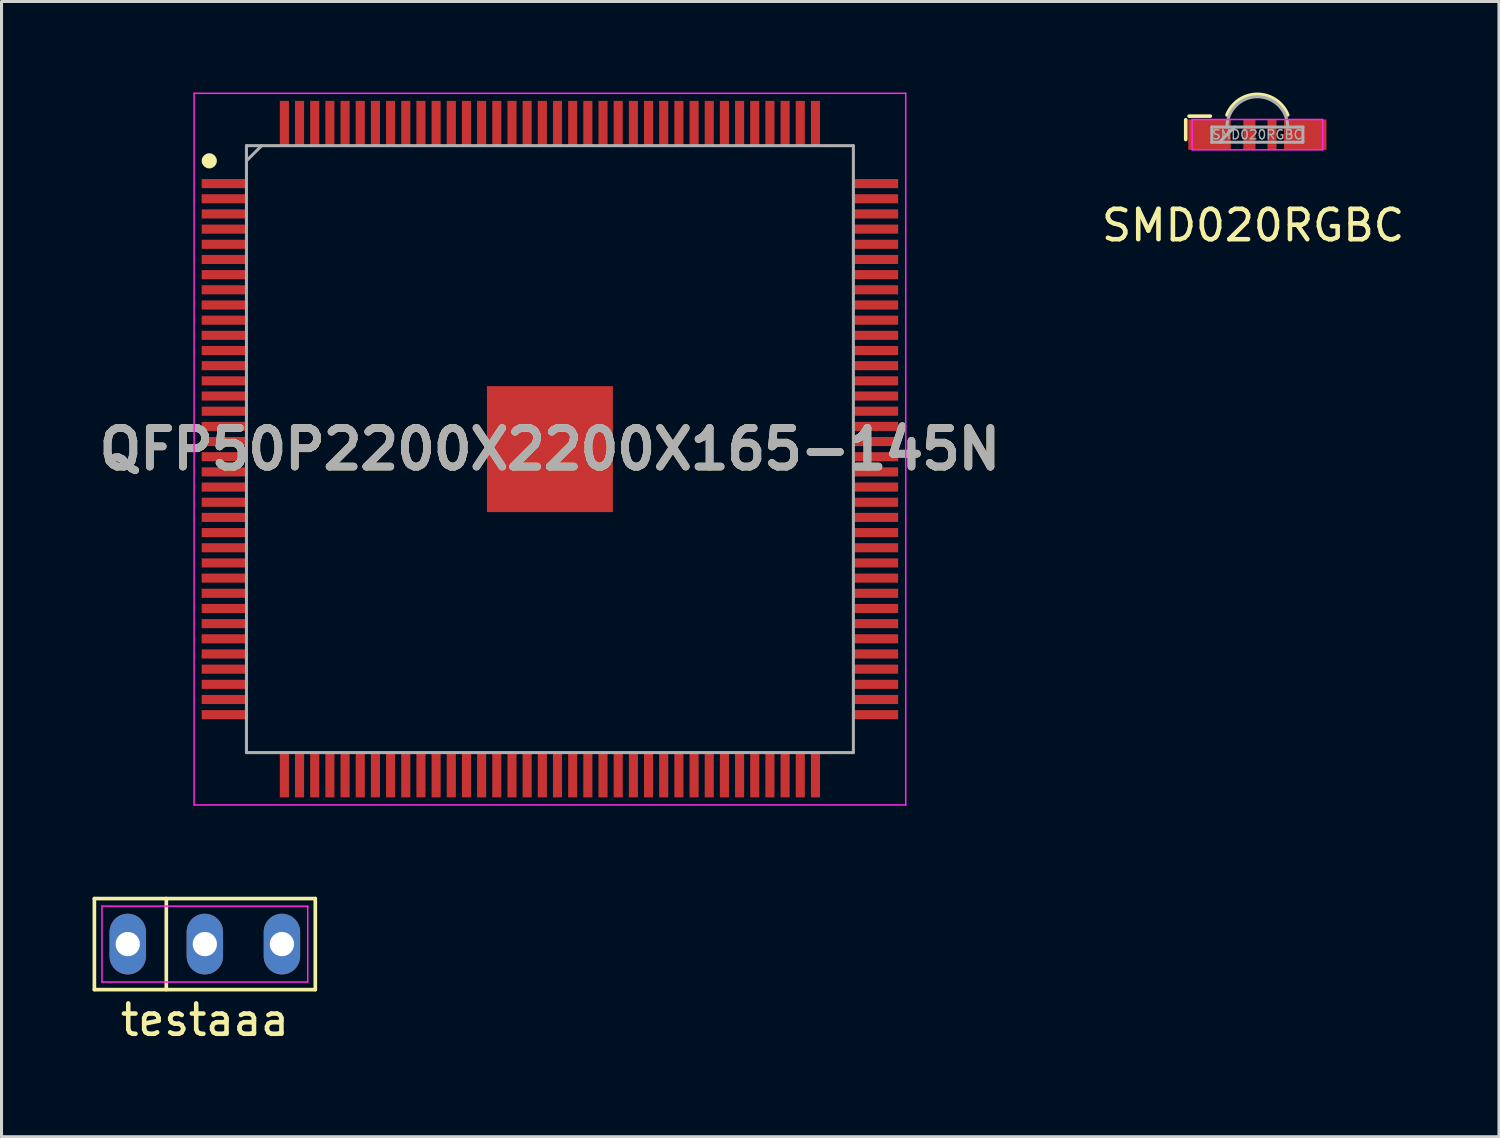
<source format=kicad_pcb>
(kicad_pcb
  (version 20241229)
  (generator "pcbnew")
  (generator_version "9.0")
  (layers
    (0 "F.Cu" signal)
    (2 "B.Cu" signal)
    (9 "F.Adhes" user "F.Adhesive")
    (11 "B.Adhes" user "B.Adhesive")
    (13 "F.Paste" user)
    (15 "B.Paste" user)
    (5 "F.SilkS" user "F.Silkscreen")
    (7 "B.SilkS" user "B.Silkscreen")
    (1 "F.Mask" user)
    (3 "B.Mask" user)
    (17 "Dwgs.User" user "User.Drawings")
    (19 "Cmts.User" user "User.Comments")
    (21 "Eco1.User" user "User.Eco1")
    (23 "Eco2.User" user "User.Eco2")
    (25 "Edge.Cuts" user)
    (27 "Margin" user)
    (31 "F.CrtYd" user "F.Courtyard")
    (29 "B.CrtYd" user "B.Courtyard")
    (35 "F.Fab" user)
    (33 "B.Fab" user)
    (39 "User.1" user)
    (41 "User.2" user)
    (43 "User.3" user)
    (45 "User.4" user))
  (footprint "SMD020RGBC"
    (layer "F.Cu")
    (at 38.383 1.387)
    (property "Reference" "SMD020RGBC" (at -0.14 2.99 0) (layer "F.SilkS") (effects (font (size 1 1) (thickness 0.15))))
    (attr smd)
    (fp_line (start -2.36 -0.49) (end -2.36 0.16) (stroke (width 0.12) (type solid)) (layer "F.SilkS"))
    (fp_line (start -2.25 -0.61) (end -1.55 -0.61) (stroke (width 0.12) (type solid)) (layer "F.SilkS"))
    (fp_arc (start -1 -0.65) (mid 0 -1.327033) (end 1 -0.65) (stroke (width 0.12) (type solid)) (layer "F.SilkS"))
    (fp_line (start -2.15 -0.5) (end 2.15 -0.5) (stroke (width 0.05) (type solid)) (layer "F.CrtYd"))
    (fp_line (start -2.15 0.5) (end -2.15 -0.5) (stroke (width 0.05) (type solid)) (layer "F.CrtYd"))
    (fp_line (start -2.15 0.5) (end 2.15 0.5) (stroke (width 0.05) (type solid)) (layer "F.CrtYd"))
    (fp_line (start 2.15 0.5) (end 2.15 -0.5) (stroke (width 0.05) (type solid)) (layer "F.CrtYd"))
    (fp_line (start -1.5 -0.25) (end -1.5 0.25) (stroke (width 0.1) (type solid)) (layer "F.Fab"))
    (fp_line (start -1.5 0.25) (end 1.5 0.25) (stroke (width 0.1) (type solid)) (layer "F.Fab"))
    (fp_line (start -0.75 -0.25) (end -1.25 0.25) (stroke (width 0.1) (type solid)) (layer "F.Fab"))
    (fp_line (start 1.5 -0.25) (end -1.5 -0.25) (stroke (width 0.1) (type solid)) (layer "F.Fab"))
    (fp_line (start 1.5 0.25) (end 1.5 -0.25) (stroke (width 0.1) (type solid)) (layer "F.Fab"))
    (fp_arc (start -1 -0.25) (mid 0 -1.25) (end 1 -0.25) (stroke (width 0.1) (type solid)) (layer "F.Fab"))
    (fp_text user "${REFERENCE}" (at 0 0 0) (layer "F.Fab") (effects (font (size 0.3 0.3) (thickness 0.045))))
    (pad "1" smd rect (at -1.577 0) (size 1.4 1) (layers "F.Cu" "F.Mask" "F.Paste"))
    (pad "2" smd rect (at -0.263 0) (size 0.4 1) (layers "F.Cu" "F.Mask" "F.Paste"))
    (pad "3" smd rect (at 0.482 0) (size 0.3 1) (layers "F.Cu" "F.Mask" "F.Paste"))
    (pad "4" smd rect (at 1.577 0) (size 1.4 1) (layers "F.Cu" "F.Mask" "F.Paste")))
  (footprint "QFP50P2200X2200X165-145N"
    (layer "F.Cu")
    (at 15.071 11.75)
    (property "Reference" "QFP50P2200X2200X165-145N" (at 0 0 0) (layer "F.SilkS") (effects (font (size 1.27 1.27) (thickness 0.254))))
    (attr smd)
    (fp_circle (center -11.225 -9.5) (end -11.225 -9.375) (stroke (width 0.25) (type solid)) (fill no) (layer "F.SilkS"))
    (fp_line (start -11.725 -11.725) (end 11.725 -11.725) (stroke (width 0.05) (type solid)) (layer "F.CrtYd"))
    (fp_line (start -11.725 11.725) (end -11.725 -11.725) (stroke (width 0.05) (type solid)) (layer "F.CrtYd"))
    (fp_line (start 11.725 -11.725) (end 11.725 11.725) (stroke (width 0.05) (type solid)) (layer "F.CrtYd"))
    (fp_line (start 11.725 11.725) (end -11.725 11.725) (stroke (width 0.05) (type solid)) (layer "F.CrtYd"))
    (fp_line (start -10 -10) (end 10 -10) (stroke (width 0.1) (type solid)) (layer "F.Fab"))
    (fp_line (start -10 -9.5) (end -9.5 -10) (stroke (width 0.1) (type solid)) (layer "F.Fab"))
    (fp_line (start -10 10) (end -10 -10) (stroke (width 0.1) (type solid)) (layer "F.Fab"))
    (fp_line (start 10 -10) (end 10 10) (stroke (width 0.1) (type solid)) (layer "F.Fab"))
    (fp_line (start 10 10) (end -10 10) (stroke (width 0.1) (type solid)) (layer "F.Fab"))
    (fp_text user "${REFERENCE}" (at 0 0 0) (layer "F.Fab") (effects (font (size 1.27 1.27) (thickness 0.254))))
    (pad "1" smd rect (at -10.738 -8.75 90) (size 0.3 1.475) (layers "F.Cu" "F.Mask" "F.Paste"))
    (pad "2" smd rect (at -10.738 -8.25 90) (size 0.3 1.475) (layers "F.Cu" "F.Mask" "F.Paste"))
    (pad "3" smd rect (at -10.738 -7.75 90) (size 0.3 1.475) (layers "F.Cu" "F.Mask" "F.Paste"))
    (pad "4" smd rect (at -10.738 -7.25 90) (size 0.3 1.475) (layers "F.Cu" "F.Mask" "F.Paste"))
    (pad "5" smd rect (at -10.738 -6.75 90) (size 0.3 1.475) (layers "F.Cu" "F.Mask" "F.Paste"))
    (pad "6" smd rect (at -10.738 -6.25 90) (size 0.3 1.475) (layers "F.Cu" "F.Mask" "F.Paste"))
    (pad "7" smd rect (at -10.738 -5.75 90) (size 0.3 1.475) (layers "F.Cu" "F.Mask" "F.Paste"))
    (pad "8" smd rect (at -10.738 -5.25 90) (size 0.3 1.475) (layers "F.Cu" "F.Mask" "F.Paste"))
    (pad "9" smd rect (at -10.738 -4.75 90) (size 0.3 1.475) (layers "F.Cu" "F.Mask" "F.Paste"))
    (pad "10" smd rect (at -10.738 -4.25 90) (size 0.3 1.475) (layers "F.Cu" "F.Mask" "F.Paste"))
    (pad "11" smd rect (at -10.738 -3.75 90) (size 0.3 1.475) (layers "F.Cu" "F.Mask" "F.Paste"))
    (pad "12" smd rect (at -10.738 -3.25 90) (size 0.3 1.475) (layers "F.Cu" "F.Mask" "F.Paste"))
    (pad "13" smd rect (at -10.738 -2.75 90) (size 0.3 1.475) (layers "F.Cu" "F.Mask" "F.Paste"))
    (pad "14" smd rect (at -10.738 -2.25 90) (size 0.3 1.475) (layers "F.Cu" "F.Mask" "F.Paste"))
    (pad "15" smd rect (at -10.738 -1.75 90) (size 0.3 1.475) (layers "F.Cu" "F.Mask" "F.Paste"))
    (pad "16" smd rect (at -10.738 -1.25 90) (size 0.3 1.475) (layers "F.Cu" "F.Mask" "F.Paste"))
    (pad "17" smd rect (at -10.738 -0.75 90) (size 0.3 1.475) (layers "F.Cu" "F.Mask" "F.Paste"))
    (pad "18" smd rect (at -10.738 -0.25 90) (size 0.3 1.475) (layers "F.Cu" "F.Mask" "F.Paste"))
    (pad "19" smd rect (at -10.738 0.25 90) (size 0.3 1.475) (layers "F.Cu" "F.Mask" "F.Paste"))
    (pad "20" smd rect (at -10.738 0.75 90) (size 0.3 1.475) (layers "F.Cu" "F.Mask" "F.Paste"))
    (pad "21" smd rect (at -10.738 1.25 90) (size 0.3 1.475) (layers "F.Cu" "F.Mask" "F.Paste"))
    (pad "22" smd rect (at -10.738 1.75 90) (size 0.3 1.475) (layers "F.Cu" "F.Mask" "F.Paste"))
    (pad "23" smd rect (at -10.738 2.25 90) (size 0.3 1.475) (layers "F.Cu" "F.Mask" "F.Paste"))
    (pad "24" smd rect (at -10.738 2.75 90) (size 0.3 1.475) (layers "F.Cu" "F.Mask" "F.Paste"))
    (pad "25" smd rect (at -10.738 3.25 90) (size 0.3 1.475) (layers "F.Cu" "F.Mask" "F.Paste"))
    (pad "26" smd rect (at -10.738 3.75 90) (size 0.3 1.475) (layers "F.Cu" "F.Mask" "F.Paste"))
    (pad "27" smd rect (at -10.738 4.25 90) (size 0.3 1.475) (layers "F.Cu" "F.Mask" "F.Paste"))
    (pad "28" smd rect (at -10.738 4.75 90) (size 0.3 1.475) (layers "F.Cu" "F.Mask" "F.Paste"))
    (pad "29" smd rect (at -10.738 5.25 90) (size 0.3 1.475) (layers "F.Cu" "F.Mask" "F.Paste"))
    (pad "30" smd rect (at -10.738 5.75 90) (size 0.3 1.475) (layers "F.Cu" "F.Mask" "F.Paste"))
    (pad "31" smd rect (at -10.738 6.25 90) (size 0.3 1.475) (layers "F.Cu" "F.Mask" "F.Paste"))
    (pad "32" smd rect (at -10.738 6.75 90) (size 0.3 1.475) (layers "F.Cu" "F.Mask" "F.Paste"))
    (pad "33" smd rect (at -10.738 7.25 90) (size 0.3 1.475) (layers "F.Cu" "F.Mask" "F.Paste"))
    (pad "34" smd rect (at -10.738 7.75 90) (size 0.3 1.475) (layers "F.Cu" "F.Mask" "F.Paste"))
    (pad "35" smd rect (at -10.738 8.25 90) (size 0.3 1.475) (layers "F.Cu" "F.Mask" "F.Paste"))
    (pad "36" smd rect (at -10.738 8.75 90) (size 0.3 1.475) (layers "F.Cu" "F.Mask" "F.Paste"))
    (pad "37" smd rect (at -8.75 10.738) (size 0.3 1.475) (layers "F.Cu" "F.Mask" "F.Paste"))
    (pad "38" smd rect (at -8.25 10.738) (size 0.3 1.475) (layers "F.Cu" "F.Mask" "F.Paste"))
    (pad "39" smd rect (at -7.75 10.738) (size 0.3 1.475) (layers "F.Cu" "F.Mask" "F.Paste"))
    (pad "40" smd rect (at -7.25 10.738) (size 0.3 1.475) (layers "F.Cu" "F.Mask" "F.Paste"))
    (pad "41" smd rect (at -6.75 10.738) (size 0.3 1.475) (layers "F.Cu" "F.Mask" "F.Paste"))
    (pad "42" smd rect (at -6.25 10.738) (size 0.3 1.475) (layers "F.Cu" "F.Mask" "F.Paste"))
    (pad "43" smd rect (at -5.75 10.738) (size 0.3 1.475) (layers "F.Cu" "F.Mask" "F.Paste"))
    (pad "44" smd rect (at -5.25 10.738) (size 0.3 1.475) (layers "F.Cu" "F.Mask" "F.Paste"))
    (pad "45" smd rect (at -4.75 10.738) (size 0.3 1.475) (layers "F.Cu" "F.Mask" "F.Paste"))
    (pad "46" smd rect (at -4.25 10.738) (size 0.3 1.475) (layers "F.Cu" "F.Mask" "F.Paste"))
    (pad "47" smd rect (at -3.75 10.738) (size 0.3 1.475) (layers "F.Cu" "F.Mask" "F.Paste"))
    (pad "48" smd rect (at -3.25 10.738) (size 0.3 1.475) (layers "F.Cu" "F.Mask" "F.Paste"))
    (pad "49" smd rect (at -2.75 10.738) (size 0.3 1.475) (layers "F.Cu" "F.Mask" "F.Paste"))
    (pad "50" smd rect (at -2.25 10.738) (size 0.3 1.475) (layers "F.Cu" "F.Mask" "F.Paste"))
    (pad "51" smd rect (at -1.75 10.738) (size 0.3 1.475) (layers "F.Cu" "F.Mask" "F.Paste"))
    (pad "52" smd rect (at -1.25 10.738) (size 0.3 1.475) (layers "F.Cu" "F.Mask" "F.Paste"))
    (pad "53" smd rect (at -0.75 10.738) (size 0.3 1.475) (layers "F.Cu" "F.Mask" "F.Paste"))
    (pad "54" smd rect (at -0.25 10.738) (size 0.3 1.475) (layers "F.Cu" "F.Mask" "F.Paste"))
    (pad "55" smd rect (at 0.25 10.738) (size 0.3 1.475) (layers "F.Cu" "F.Mask" "F.Paste"))
    (pad "56" smd rect (at 0.75 10.738) (size 0.3 1.475) (layers "F.Cu" "F.Mask" "F.Paste"))
    (pad "57" smd rect (at 1.25 10.738) (size 0.3 1.475) (layers "F.Cu" "F.Mask" "F.Paste"))
    (pad "58" smd rect (at 1.75 10.738) (size 0.3 1.475) (layers "F.Cu" "F.Mask" "F.Paste"))
    (pad "59" smd rect (at 2.25 10.738) (size 0.3 1.475) (layers "F.Cu" "F.Mask" "F.Paste"))
    (pad "60" smd rect (at 2.75 10.738) (size 0.3 1.475) (layers "F.Cu" "F.Mask" "F.Paste"))
    (pad "61" smd rect (at 3.25 10.738) (size 0.3 1.475) (layers "F.Cu" "F.Mask" "F.Paste"))
    (pad "62" smd rect (at 3.75 10.738) (size 0.3 1.475) (layers "F.Cu" "F.Mask" "F.Paste"))
    (pad "63" smd rect (at 4.25 10.738) (size 0.3 1.475) (layers "F.Cu" "F.Mask" "F.Paste"))
    (pad "64" smd rect (at 4.75 10.738) (size 0.3 1.475) (layers "F.Cu" "F.Mask" "F.Paste"))
    (pad "65" smd rect (at 5.25 10.738) (size 0.3 1.475) (layers "F.Cu" "F.Mask" "F.Paste"))
    (pad "66" smd rect (at 5.75 10.738) (size 0.3 1.475) (layers "F.Cu" "F.Mask" "F.Paste"))
    (pad "67" smd rect (at 6.25 10.738) (size 0.3 1.475) (layers "F.Cu" "F.Mask" "F.Paste"))
    (pad "68" smd rect (at 6.75 10.738) (size 0.3 1.475) (layers "F.Cu" "F.Mask" "F.Paste"))
    (pad "69" smd rect (at 7.25 10.738) (size 0.3 1.475) (layers "F.Cu" "F.Mask" "F.Paste"))
    (pad "70" smd rect (at 7.75 10.738) (size 0.3 1.475) (layers "F.Cu" "F.Mask" "F.Paste"))
    (pad "71" smd rect (at 8.25 10.738) (size 0.3 1.475) (layers "F.Cu" "F.Mask" "F.Paste"))
    (pad "72" smd rect (at 8.75 10.738) (size 0.3 1.475) (layers "F.Cu" "F.Mask" "F.Paste"))
    (pad "73" smd rect (at 10.738 8.75 90) (size 0.3 1.475) (layers "F.Cu" "F.Mask" "F.Paste"))
    (pad "74" smd rect (at 10.738 8.25 90) (size 0.3 1.475) (layers "F.Cu" "F.Mask" "F.Paste"))
    (pad "75" smd rect (at 10.738 7.75 90) (size 0.3 1.475) (layers "F.Cu" "F.Mask" "F.Paste"))
    (pad "76" smd rect (at 10.738 7.25 90) (size 0.3 1.475) (layers "F.Cu" "F.Mask" "F.Paste"))
    (pad "77" smd rect (at 10.738 6.75 90) (size 0.3 1.475) (layers "F.Cu" "F.Mask" "F.Paste"))
    (pad "78" smd rect (at 10.738 6.25 90) (size 0.3 1.475) (layers "F.Cu" "F.Mask" "F.Paste"))
    (pad "79" smd rect (at 10.738 5.75 90) (size 0.3 1.475) (layers "F.Cu" "F.Mask" "F.Paste"))
    (pad "80" smd rect (at 10.738 5.25 90) (size 0.3 1.475) (layers "F.Cu" "F.Mask" "F.Paste"))
    (pad "81" smd rect (at 10.738 4.75 90) (size 0.3 1.475) (layers "F.Cu" "F.Mask" "F.Paste"))
    (pad "82" smd rect (at 10.738 4.25 90) (size 0.3 1.475) (layers "F.Cu" "F.Mask" "F.Paste"))
    (pad "83" smd rect (at 10.738 3.75 90) (size 0.3 1.475) (layers "F.Cu" "F.Mask" "F.Paste"))
    (pad "84" smd rect (at 10.738 3.25 90) (size 0.3 1.475) (layers "F.Cu" "F.Mask" "F.Paste"))
    (pad "85" smd rect (at 10.738 2.75 90) (size 0.3 1.475) (layers "F.Cu" "F.Mask" "F.Paste"))
    (pad "86" smd rect (at 10.738 2.25 90) (size 0.3 1.475) (layers "F.Cu" "F.Mask" "F.Paste"))
    (pad "87" smd rect (at 10.738 1.75 90) (size 0.3 1.475) (layers "F.Cu" "F.Mask" "F.Paste"))
    (pad "88" smd rect (at 10.738 1.25 90) (size 0.3 1.475) (layers "F.Cu" "F.Mask" "F.Paste"))
    (pad "89" smd rect (at 10.738 0.75 90) (size 0.3 1.475) (layers "F.Cu" "F.Mask" "F.Paste"))
    (pad "90" smd rect (at 10.738 0.25 90) (size 0.3 1.475) (layers "F.Cu" "F.Mask" "F.Paste"))
    (pad "91" smd rect (at 10.738 -0.25 90) (size 0.3 1.475) (layers "F.Cu" "F.Mask" "F.Paste"))
    (pad "92" smd rect (at 10.738 -0.75 90) (size 0.3 1.475) (layers "F.Cu" "F.Mask" "F.Paste"))
    (pad "93" smd rect (at 10.738 -1.25 90) (size 0.3 1.475) (layers "F.Cu" "F.Mask" "F.Paste"))
    (pad "94" smd rect (at 10.738 -1.75 90) (size 0.3 1.475) (layers "F.Cu" "F.Mask" "F.Paste"))
    (pad "95" smd rect (at 10.738 -2.25 90) (size 0.3 1.475) (layers "F.Cu" "F.Mask" "F.Paste"))
    (pad "96" smd rect (at 10.738 -2.75 90) (size 0.3 1.475) (layers "F.Cu" "F.Mask" "F.Paste"))
    (pad "97" smd rect (at 10.738 -3.25 90) (size 0.3 1.475) (layers "F.Cu" "F.Mask" "F.Paste"))
    (pad "98" smd rect (at 10.738 -3.75 90) (size 0.3 1.475) (layers "F.Cu" "F.Mask" "F.Paste"))
    (pad "99" smd rect (at 10.738 -4.25 90) (size 0.3 1.475) (layers "F.Cu" "F.Mask" "F.Paste"))
    (pad "100" smd rect (at 10.738 -4.75 90) (size 0.3 1.475) (layers "F.Cu" "F.Mask" "F.Paste"))
    (pad "101" smd rect (at 10.738 -5.25 90) (size 0.3 1.475) (layers "F.Cu" "F.Mask" "F.Paste"))
    (pad "102" smd rect (at 10.738 -5.75 90) (size 0.3 1.475) (layers "F.Cu" "F.Mask" "F.Paste"))
    (pad "103" smd rect (at 10.738 -6.25 90) (size 0.3 1.475) (layers "F.Cu" "F.Mask" "F.Paste"))
    (pad "104" smd rect (at 10.738 -6.75 90) (size 0.3 1.475) (layers "F.Cu" "F.Mask" "F.Paste"))
    (pad "105" smd rect (at 10.738 -7.25 90) (size 0.3 1.475) (layers "F.Cu" "F.Mask" "F.Paste"))
    (pad "106" smd rect (at 10.738 -7.75 90) (size 0.3 1.475) (layers "F.Cu" "F.Mask" "F.Paste"))
    (pad "107" smd rect (at 10.738 -8.25 90) (size 0.3 1.475) (layers "F.Cu" "F.Mask" "F.Paste"))
    (pad "108" smd rect (at 10.738 -8.75 90) (size 0.3 1.475) (layers "F.Cu" "F.Mask" "F.Paste"))
    (pad "109" smd rect (at 8.75 -10.738) (size 0.3 1.475) (layers "F.Cu" "F.Mask" "F.Paste"))
    (pad "110" smd rect (at 8.25 -10.738) (size 0.3 1.475) (layers "F.Cu" "F.Mask" "F.Paste"))
    (pad "111" smd rect (at 7.75 -10.738) (size 0.3 1.475) (layers "F.Cu" "F.Mask" "F.Paste"))
    (pad "112" smd rect (at 7.25 -10.738) (size 0.3 1.475) (layers "F.Cu" "F.Mask" "F.Paste"))
    (pad "113" smd rect (at 6.75 -10.738) (size 0.3 1.475) (layers "F.Cu" "F.Mask" "F.Paste"))
    (pad "114" smd rect (at 6.25 -10.738) (size 0.3 1.475) (layers "F.Cu" "F.Mask" "F.Paste"))
    (pad "115" smd rect (at 5.75 -10.738) (size 0.3 1.475) (layers "F.Cu" "F.Mask" "F.Paste"))
    (pad "116" smd rect (at 5.25 -10.738) (size 0.3 1.475) (layers "F.Cu" "F.Mask" "F.Paste"))
    (pad "117" smd rect (at 4.75 -10.738) (size 0.3 1.475) (layers "F.Cu" "F.Mask" "F.Paste"))
    (pad "118" smd rect (at 4.25 -10.738) (size 0.3 1.475) (layers "F.Cu" "F.Mask" "F.Paste"))
    (pad "119" smd rect (at 3.75 -10.738) (size 0.3 1.475) (layers "F.Cu" "F.Mask" "F.Paste"))
    (pad "120" smd rect (at 3.25 -10.738) (size 0.3 1.475) (layers "F.Cu" "F.Mask" "F.Paste"))
    (pad "121" smd rect (at 2.75 -10.738) (size 0.3 1.475) (layers "F.Cu" "F.Mask" "F.Paste"))
    (pad "122" smd rect (at 2.25 -10.738) (size 0.3 1.475) (layers "F.Cu" "F.Mask" "F.Paste"))
    (pad "123" smd rect (at 1.75 -10.738) (size 0.3 1.475) (layers "F.Cu" "F.Mask" "F.Paste"))
    (pad "124" smd rect (at 1.25 -10.738) (size 0.3 1.475) (layers "F.Cu" "F.Mask" "F.Paste"))
    (pad "125" smd rect (at 0.75 -10.738) (size 0.3 1.475) (layers "F.Cu" "F.Mask" "F.Paste"))
    (pad "126" smd rect (at 0.25 -10.738) (size 0.3 1.475) (layers "F.Cu" "F.Mask" "F.Paste"))
    (pad "127" smd rect (at -0.25 -10.738) (size 0.3 1.475) (layers "F.Cu" "F.Mask" "F.Paste"))
    (pad "128" smd rect (at -0.75 -10.738) (size 0.3 1.475) (layers "F.Cu" "F.Mask" "F.Paste"))
    (pad "129" smd rect (at -1.25 -10.738) (size 0.3 1.475) (layers "F.Cu" "F.Mask" "F.Paste"))
    (pad "130" smd rect (at -1.75 -10.738) (size 0.3 1.475) (layers "F.Cu" "F.Mask" "F.Paste"))
    (pad "131" smd rect (at -2.25 -10.738) (size 0.3 1.475) (layers "F.Cu" "F.Mask" "F.Paste"))
    (pad "132" smd rect (at -2.75 -10.738) (size 0.3 1.475) (layers "F.Cu" "F.Mask" "F.Paste"))
    (pad "133" smd rect (at -3.25 -10.738) (size 0.3 1.475) (layers "F.Cu" "F.Mask" "F.Paste"))
    (pad "134" smd rect (at -3.75 -10.738) (size 0.3 1.475) (layers "F.Cu" "F.Mask" "F.Paste"))
    (pad "135" smd rect (at -4.25 -10.738) (size 0.3 1.475) (layers "F.Cu" "F.Mask" "F.Paste"))
    (pad "136" smd rect (at -4.75 -10.738) (size 0.3 1.475) (layers "F.Cu" "F.Mask" "F.Paste"))
    (pad "137" smd rect (at -5.25 -10.738) (size 0.3 1.475) (layers "F.Cu" "F.Mask" "F.Paste"))
    (pad "138" smd rect (at -5.75 -10.738) (size 0.3 1.475) (layers "F.Cu" "F.Mask" "F.Paste"))
    (pad "139" smd rect (at -6.25 -10.738) (size 0.3 1.475) (layers "F.Cu" "F.Mask" "F.Paste"))
    (pad "140" smd rect (at -6.75 -10.738) (size 0.3 1.475) (layers "F.Cu" "F.Mask" "F.Paste"))
    (pad "141" smd rect (at -7.25 -10.738) (size 0.3 1.475) (layers "F.Cu" "F.Mask" "F.Paste"))
    (pad "142" smd rect (at -7.75 -10.738) (size 0.3 1.475) (layers "F.Cu" "F.Mask" "F.Paste"))
    (pad "143" smd rect (at -8.25 -10.738) (size 0.3 1.475) (layers "F.Cu" "F.Mask" "F.Paste"))
    (pad "144" smd rect (at -8.75 -10.738) (size 0.3 1.475) (layers "F.Cu" "F.Mask" "F.Paste"))
    (pad "145" smd rect (at 0 0) (size 4.15 4.15) (layers "F.Cu" "F.Mask" "F.Paste")))
  (footprint "testaaa"
    (layer "F.Cu")
    (at 3.7 28.06)
    (property "Reference" "testaaa" (at 0 2.5 0) (layer "F.SilkS") (effects (font (size 1 1) (thickness 0.15))))
    (attr through_hole)
    (fp_line (start -3.64 -1.5) (end 3.64 -1.5) (stroke (width 0.12) (type solid)) (layer "F.SilkS"))
    (fp_line (start -3.64 1.5) (end -3.64 -1.5) (stroke (width 0.12) (type solid)) (layer "F.SilkS"))
    (fp_line (start -1.27 -1.5) (end -1.27 1.5) (stroke (width 0.12) (type solid)) (layer "F.SilkS"))
    (fp_line (start 3.64 -1.5) (end 3.64 1.5) (stroke (width 0.12) (type solid)) (layer "F.SilkS"))
    (fp_line (start 3.64 1.5) (end -3.64 1.5) (stroke (width 0.12) (type solid)) (layer "F.SilkS"))
    (fp_line (start -3.39 -1.25) (end 3.39 -1.25) (stroke (width 0.05) (type solid)) (layer "F.CrtYd"))
    (fp_line (start -3.39 1.25) (end -3.39 -1.25) (stroke (width 0.05) (type solid)) (layer "F.CrtYd"))
    (fp_line (start 3.39 -1.25) (end 3.39 1.25) (stroke (width 0.05) (type solid)) (layer "F.CrtYd"))
    (fp_line (start 3.39 1.25) (end -3.39 1.25) (stroke (width 0.05) (type solid)) (layer "F.CrtYd"))
    (pad "1" thru_hole oval (at -2.54 0) (size 1.2 2) (drill 0.8) (layers "*.Cu" "*.Mask"))
    (pad "2" thru_hole oval (at 0 0) (size 1.2 2) (drill 0.8) (layers "*.Cu" "*.Mask"))
    (pad "3" thru_hole oval (at 2.54 0) (size 1.2 2) (drill 0.8) (layers "*.Cu" "*.Mask")))
  (gr_rect
    (start -3 -3)
    (end 46.344 34.408)
    (stroke (width 0.1) (type default))
    (fill no)
    (layer "Edge.Cuts")))
</source>
